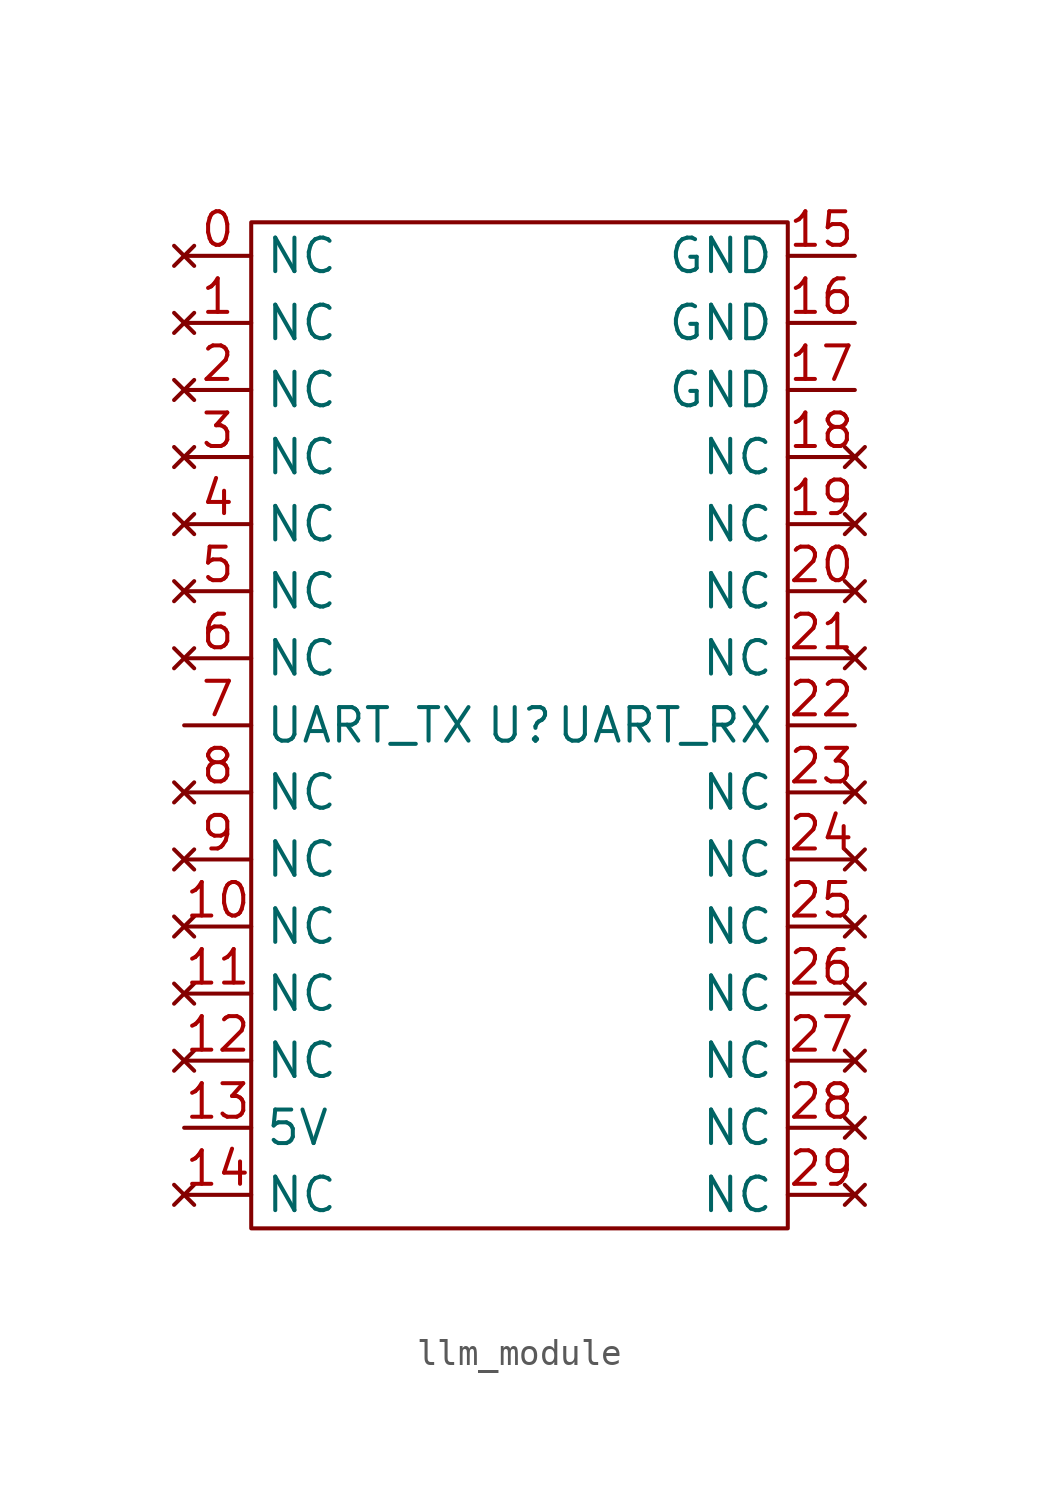
<source format=kicad_sym>
(kicad_symbol_lib
  (version 20231120)
  (generator "kicad_symbol_editor")
  (generator_version "8.0")
  (symbol "llm_module"
    (property "Reference" "U"
      (at 0 0 0)
      (effects (font (size 1.27 1.27))))
    (property "Value" ""
      (at 0 0 0)
      (effects (font (size 1.27 1.27))))
    (symbol "llm_module_0_1"
      (rectangle (start -10.16 19.05) (end 10.16 -19.05) (stroke (width 0) (type default)) (fill (type none))))
    (symbol "llm_module_1_1"
      (pin no_connect line (at -12.7 17.78 0) (length 2.54) (name "NC" (effects (font (size 1.27 1.27)))) (number "0" (effects (font (size 1.27 1.27)))))
      (pin no_connect line (at -12.7 15.24 0) (length 2.54) (name "NC" (effects (font (size 1.27 1.27)))) (number "1" (effects (font (size 1.27 1.27)))))
      (pin no_connect line (at -12.7 -7.62 0) (length 2.54) (name "NC" (effects (font (size 1.27 1.27)))) (number "10" (effects (font (size 1.27 1.27)))))
      (pin no_connect line (at -12.7 -10.16 0) (length 2.54) (name "NC" (effects (font (size 1.27 1.27)))) (number "11" (effects (font (size 1.27 1.27)))))
      (pin no_connect line (at -12.7 -12.7 0) (length 2.54) (name "NC" (effects (font (size 1.27 1.27)))) (number "12" (effects (font (size 1.27 1.27)))))
      (pin power_in line (at -12.7 -15.24 0) (length 2.54) (name "5V" (effects (font (size 1.27 1.27)))) (number "13" (effects (font (size 1.27 1.27)))))
      (pin no_connect line (at -12.7 -17.78 0) (length 2.54) (name "NC" (effects (font (size 1.27 1.27)))) (number "14" (effects (font (size 1.27 1.27)))))
      (pin passive line (at 12.7 17.78 180) (length 2.54) (name "GND" (effects (font (size 1.27 1.27)))) (number "15" (effects (font (size 1.27 1.27)))))
      (pin passive line (at 12.7 15.24 180) (length 2.54) (name "GND" (effects (font (size 1.27 1.27)))) (number "16" (effects (font (size 1.27 1.27)))))
      (pin passive line (at 12.7 12.7 180) (length 2.54) (name "GND" (effects (font (size 1.27 1.27)))) (number "17" (effects (font (size 1.27 1.27)))))
      (pin no_connect line (at 12.7 10.16 180) (length 2.54) (name "NC" (effects (font (size 1.27 1.27)))) (number "18" (effects (font (size 1.27 1.27)))))
      (pin no_connect line (at 12.7 7.62 180) (length 2.54) (name "NC" (effects (font (size 1.27 1.27)))) (number "19" (effects (font (size 1.27 1.27)))))
      (pin no_connect line (at -12.7 12.7 0) (length 2.54) (name "NC" (effects (font (size 1.27 1.27)))) (number "2" (effects (font (size 1.27 1.27)))))
      (pin no_connect line (at 12.7 5.08 180) (length 2.54) (name "NC" (effects (font (size 1.27 1.27)))) (number "20" (effects (font (size 1.27 1.27)))))
      (pin no_connect line (at 12.7 2.54 180) (length 2.54) (name "NC" (effects (font (size 1.27 1.27)))) (number "21" (effects (font (size 1.27 1.27)))))
      (pin input line (at 12.7 0 180) (length 2.54) (name "UART_RX" (effects (font (size 1.27 1.27)))) (number "22" (effects (font (size 1.27 1.27)))))
      (pin no_connect line (at 12.7 -2.54 180) (length 2.54) (name "NC" (effects (font (size 1.27 1.27)))) (number "23" (effects (font (size 1.27 1.27)))))
      (pin no_connect line (at 12.7 -5.08 180) (length 2.54) (name "NC" (effects (font (size 1.27 1.27)))) (number "24" (effects (font (size 1.27 1.27)))))
      (pin no_connect line (at 12.7 -7.62 180) (length 2.54) (name "NC" (effects (font (size 1.27 1.27)))) (number "25" (effects (font (size 1.27 1.27)))))
      (pin no_connect line (at 12.7 -10.16 180) (length 2.54) (name "NC" (effects (font (size 1.27 1.27)))) (number "26" (effects (font (size 1.27 1.27)))))
      (pin no_connect line (at 12.7 -12.7 180) (length 2.54) (name "NC" (effects (font (size 1.27 1.27)))) (number "27" (effects (font (size 1.27 1.27)))))
      (pin no_connect line (at 12.7 -15.24 180) (length 2.54) (name "NC" (effects (font (size 1.27 1.27)))) (number "28" (effects (font (size 1.27 1.27)))))
      (pin no_connect line (at 12.7 -17.78 180) (length 2.54) (name "NC" (effects (font (size 1.27 1.27)))) (number "29" (effects (font (size 1.27 1.27)))))
      (pin no_connect line (at -12.7 10.16 0) (length 2.54) (name "NC" (effects (font (size 1.27 1.27)))) (number "3" (effects (font (size 1.27 1.27)))))
      (pin no_connect line (at -12.7 7.62 0) (length 2.54) (name "NC" (effects (font (size 1.27 1.27)))) (number "4" (effects (font (size 1.27 1.27)))))
      (pin no_connect line (at -12.7 5.08 0) (length 2.54) (name "NC" (effects (font (size 1.27 1.27)))) (number "5" (effects (font (size 1.27 1.27)))))
      (pin no_connect line (at -12.7 2.54 0) (length 2.54) (name "NC" (effects (font (size 1.27 1.27)))) (number "6" (effects (font (size 1.27 1.27)))))
      (pin output line (at -12.7 0 0) (length 2.54) (name "UART_TX" (effects (font (size 1.27 1.27)))) (number "7" (effects (font (size 1.27 1.27)))))
      (pin no_connect line (at -12.7 -2.54 0) (length 2.54) (name "NC" (effects (font (size 1.27 1.27)))) (number "8" (effects (font (size 1.27 1.27)))))
      (pin no_connect line (at -12.7 -5.08 0) (length 2.54) (name "NC" (effects (font (size 1.27 1.27)))) (number "9" (effects (font (size 1.27 1.27))))))))
</source>
